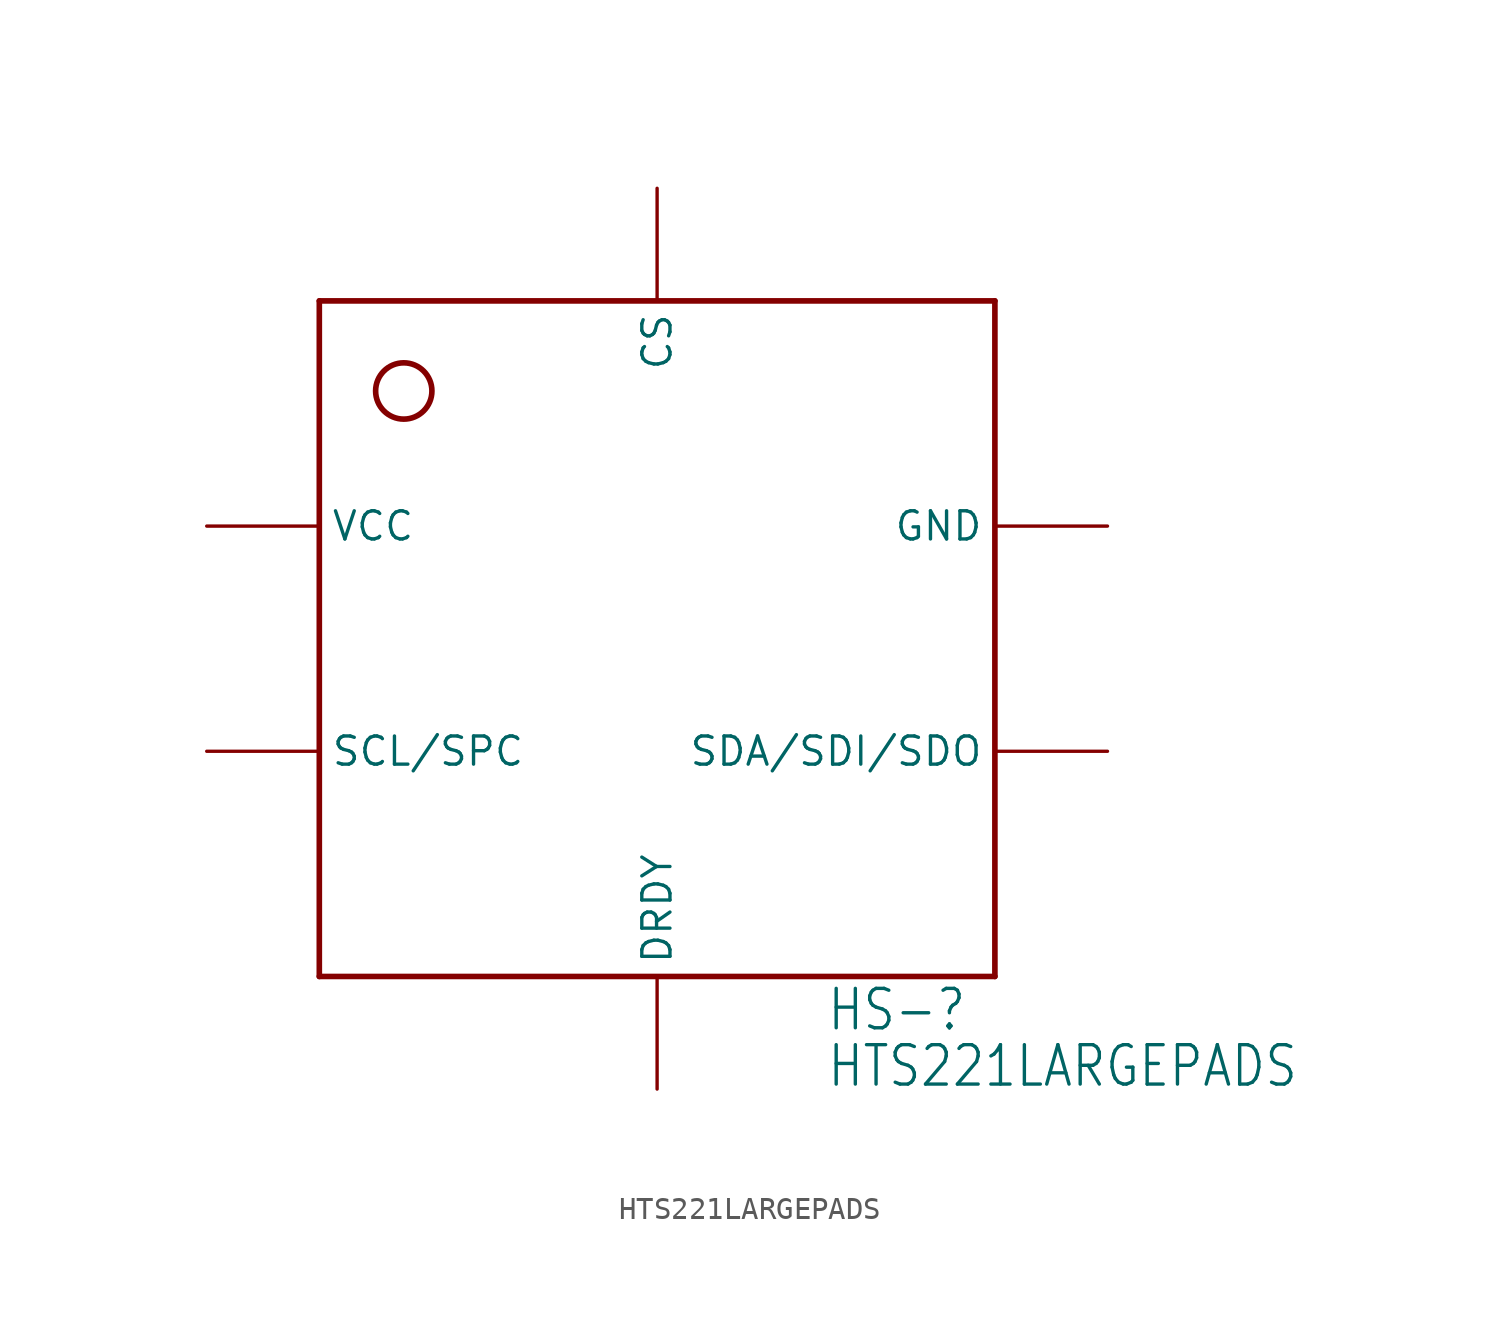
<source format=kicad_sym>
(kicad_symbol_lib
  (version 20211014)
  (generator kicad_symbol_editor)
  (symbol "HTS221LARGEPADS"
    (property "Reference" "HS-"
      (at 7.62 -17.78 0)
      (effects (font (size 1.778 1.511)) (justify left bottom)))
    (property "Value" "HTS221LARGEPADS"
      (at 7.62 -20.32 0)
      (effects (font (size 1.778 1.511)) (justify left bottom)))
    (property "ki_locked" ""
      (at 0 0 0)
      (effects (font (size 1.27 1.27))))
    (symbol "HTS221LARGEPADS_1_0"
      (circle (center -11.43 11.176) (radius 1.27) (stroke (width 0.254) (type default) (color 0 0 0 0)) (fill (type none)))
      (polyline (pts (xy -15.24 -15.24) (xy 15.24 -15.24)) (stroke (width 0.254) (type default) (color 0 0 0 0)) (fill (type none)))
      (polyline (pts (xy -15.24 15.24) (xy -15.24 -15.24)) (stroke (width 0.254) (type default) (color 0 0 0 0)) (fill (type none)))
      (polyline (pts (xy 15.24 -15.24) (xy 15.24 15.24)) (stroke (width 0.254) (type default) (color 0 0 0 0)) (fill (type none)))
      (polyline (pts (xy 15.24 15.24) (xy -15.24 15.24)) (stroke (width 0.254) (type default) (color 0 0 0 0)) (fill (type none)))
      (pin bidirectional line (at -20.32 5.08 0) (length 5.08) (name "VCC" (effects (font (size 1.27 1.27)))) (number "P$1.VDD" (effects (font (size 0 0)))))
      (pin bidirectional line (at -20.32 -5.08 0) (length 5.08) (name "SCL/SPC" (effects (font (size 1.27 1.27)))) (number "P$2.SCL/SPC" (effects (font (size 0 0)))))
      (pin bidirectional line (at 0 -20.32 90) (length 5.08) (name "DRDY" (effects (font (size 1.27 1.27)))) (number "P$3.DRDY" (effects (font (size 0 0)))))
      (pin bidirectional line (at 20.32 -5.08 180) (length 5.08) (name "SDA/SDI/SDO" (effects (font (size 1.27 1.27)))) (number "P$4.SDA/SDI/SDO" (effects (font (size 0 0)))))
      (pin bidirectional line (at 20.32 5.08 180) (length 5.08) (name "GND" (effects (font (size 1.27 1.27)))) (number "P$5.GND" (effects (font (size 0 0)))))
      (pin bidirectional line (at 0 20.32 270) (length 5.08) (name "CS" (effects (font (size 1.27 1.27)))) (number "P$6.CS" (effects (font (size 0 0))))))))
</source>
